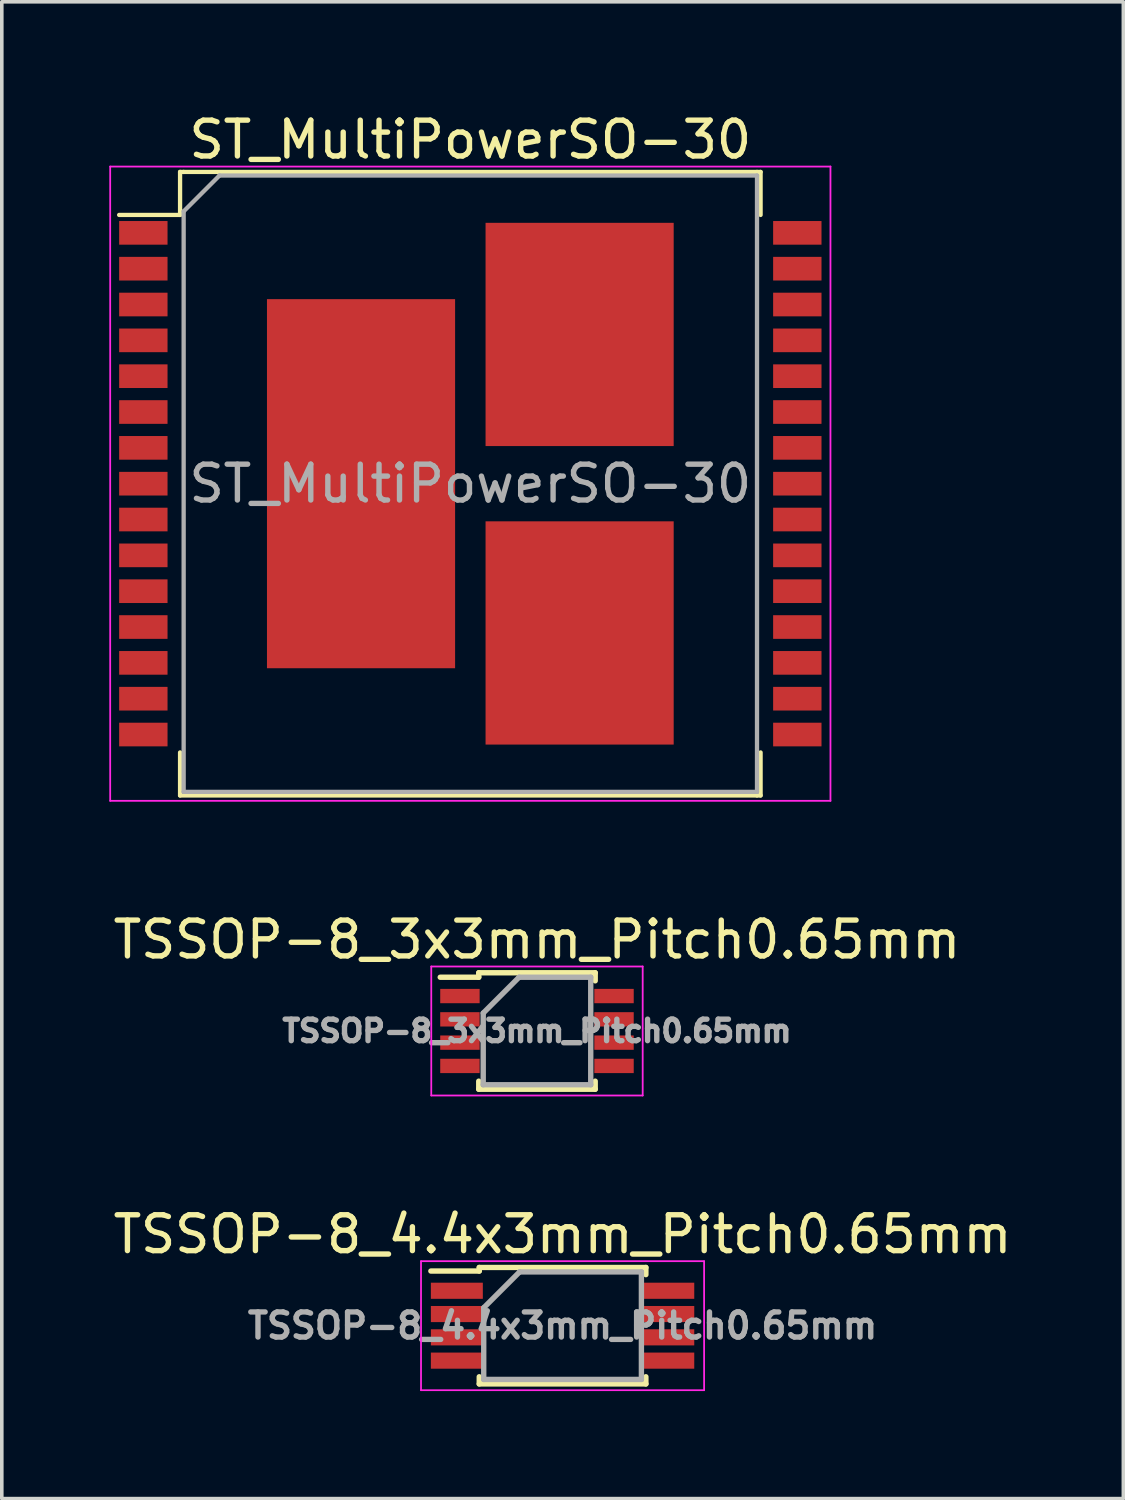
<source format=kicad_pcb>
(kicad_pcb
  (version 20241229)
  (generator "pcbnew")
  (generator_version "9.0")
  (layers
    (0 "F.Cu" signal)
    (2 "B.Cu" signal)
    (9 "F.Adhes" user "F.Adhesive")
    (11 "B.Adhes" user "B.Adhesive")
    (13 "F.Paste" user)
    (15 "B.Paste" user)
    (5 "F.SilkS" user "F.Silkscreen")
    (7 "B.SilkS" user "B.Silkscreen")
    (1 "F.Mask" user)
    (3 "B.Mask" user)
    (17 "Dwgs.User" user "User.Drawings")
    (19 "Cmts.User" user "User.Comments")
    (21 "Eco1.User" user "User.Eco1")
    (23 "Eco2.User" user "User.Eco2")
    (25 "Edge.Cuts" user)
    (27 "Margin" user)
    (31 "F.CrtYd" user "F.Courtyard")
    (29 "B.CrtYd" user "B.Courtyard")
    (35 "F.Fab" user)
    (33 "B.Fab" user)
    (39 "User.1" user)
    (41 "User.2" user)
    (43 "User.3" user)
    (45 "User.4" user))
  (footprint "ST_MultiPowerSO-30"
    (layer "F.Cu")
    (at 10.075 10.448)
    (property "Reference" "ST_MultiPowerSO-30" (at 0 -9.6 0) (layer "F.SilkS") (effects (font (size 1 1) (thickness 0.15))))
    (attr smd)
    (fp_line (start -8.1 -8.7) (end -8.1 -7.5) (stroke (width 0.12) (type solid)) (layer "F.SilkS"))
    (fp_line (start -8.1 -7.5) (end -9.8 -7.5) (stroke (width 0.12) (type solid)) (layer "F.SilkS"))
    (fp_line (start -8.1 8.7) (end -8.1 7.5) (stroke (width 0.12) (type solid)) (layer "F.SilkS"))
    (fp_line (start -8 -8.7) (end -8.1 -8.7) (stroke (width 0.12) (type solid)) (layer "F.SilkS"))
    (fp_line (start 8 -8.7) (end -8 -8.7) (stroke (width 0.12) (type solid)) (layer "F.SilkS"))
    (fp_line (start 8 -8.7) (end 8.1 -8.7) (stroke (width 0.12) (type solid)) (layer "F.SilkS"))
    (fp_line (start 8 8.7) (end -8.1 8.7) (stroke (width 0.12) (type solid)) (layer "F.SilkS"))
    (fp_line (start 8 8.7) (end 8.1 8.7) (stroke (width 0.12) (type solid)) (layer "F.SilkS"))
    (fp_line (start 8.1 -8.7) (end 8.1 -7.5) (stroke (width 0.12) (type solid)) (layer "F.SilkS"))
    (fp_line (start 8.1 8.7) (end 8.1 7.5) (stroke (width 0.12) (type solid)) (layer "F.SilkS"))
    (fp_line (start -10.05 -8.85) (end -10.05 8.85) (stroke (width 0.05) (type solid)) (layer "F.CrtYd"))
    (fp_line (start -10.05 -8.85) (end 10.05 -8.85) (stroke (width 0.05) (type solid)) (layer "F.CrtYd"))
    (fp_line (start 10.05 8.85) (end -10.05 8.85) (stroke (width 0.05) (type solid)) (layer "F.CrtYd"))
    (fp_line (start 10.05 8.85) (end 10.05 -8.85) (stroke (width 0.05) (type solid)) (layer "F.CrtYd"))
    (fp_line (start -8 -7.6) (end -8 8.6) (stroke (width 0.12) (type solid)) (layer "F.Fab"))
    (fp_line (start -8 8.6) (end 8 8.6) (stroke (width 0.12) (type solid)) (layer "F.Fab"))
    (fp_line (start -7 -8.6) (end -8 -7.6) (stroke (width 0.12) (type solid)) (layer "F.Fab"))
    (fp_line (start 8 -8.6) (end -7 -8.6) (stroke (width 0.12) (type solid)) (layer "F.Fab"))
    (fp_line (start 8 8.6) (end 8 -8.6) (stroke (width 0.12) (type solid)) (layer "F.Fab"))
    (fp_text user "${REFERENCE}" (at 0 0 0) (layer "F.Fab") (effects (font (size 1 1) (thickness 0.15))))
    (pad "1" smd rect (at -9.125 -7 270) (size 0.66 1.35) (layers "F.Cu" "F.Mask" "F.Paste"))
    (pad "2" smd rect (at -9.125 -6 270) (size 0.66 1.35) (layers "F.Cu" "F.Mask" "F.Paste"))
    (pad "3" smd rect (at -9.125 -5 270) (size 0.66 1.35) (layers "F.Cu" "F.Mask" "F.Paste"))
    (pad "4" smd rect (at -9.125 -4 270) (size 0.66 1.35) (layers "F.Cu" "F.Mask" "F.Paste"))
    (pad "5" smd rect (at -9.125 -3 270) (size 0.66 1.35) (layers "F.Cu" "F.Mask" "F.Paste"))
    (pad "6" smd rect (at -9.125 -2 270) (size 0.66 1.35) (layers "F.Cu" "F.Mask" "F.Paste"))
    (pad "7" smd rect (at -9.125 -1 270) (size 0.66 1.35) (layers "F.Cu" "F.Mask" "F.Paste"))
    (pad "8" smd rect (at -9.125 0 270) (size 0.66 1.35) (layers "F.Cu" "F.Mask" "F.Paste"))
    (pad "9" smd rect (at -9.125 1 270) (size 0.66 1.35) (layers "F.Cu" "F.Mask" "F.Paste"))
    (pad "10" smd rect (at -9.125 2 270) (size 0.66 1.35) (layers "F.Cu" "F.Mask" "F.Paste"))
    (pad "11" smd rect (at -9.125 3 270) (size 0.66 1.35) (layers "F.Cu" "F.Mask" "F.Paste"))
    (pad "12" smd rect (at -9.125 4 270) (size 0.66 1.35) (layers "F.Cu" "F.Mask" "F.Paste"))
    (pad "13" smd rect (at -9.125 5 270) (size 0.66 1.35) (layers "F.Cu" "F.Mask" "F.Paste"))
    (pad "14" smd rect (at -9.125 6 270) (size 0.66 1.35) (layers "F.Cu" "F.Mask" "F.Paste"))
    (pad "15" smd rect (at -9.125 7 270) (size 0.66 1.35) (layers "F.Cu" "F.Mask" "F.Paste"))
    (pad "16" smd rect (at 9.125 7 270) (size 0.66 1.35) (layers "F.Cu" "F.Mask" "F.Paste"))
    (pad "17" smd rect (at 9.125 6 270) (size 0.66 1.35) (layers "F.Cu" "F.Mask" "F.Paste"))
    (pad "18" smd rect (at 9.125 5 270) (size 0.66 1.35) (layers "F.Cu" "F.Mask" "F.Paste"))
    (pad "19" smd rect (at 9.125 4 270) (size 0.66 1.35) (layers "F.Cu" "F.Mask" "F.Paste"))
    (pad "20" smd rect (at 9.125 3 270) (size 0.66 1.35) (layers "F.Cu" "F.Mask" "F.Paste"))
    (pad "21" smd rect (at 9.125 2 270) (size 0.66 1.35) (layers "F.Cu" "F.Mask" "F.Paste"))
    (pad "22" smd rect (at 9.125 1 270) (size 0.66 1.35) (layers "F.Cu" "F.Mask" "F.Paste"))
    (pad "23" smd rect (at 9.125 0 270) (size 0.66 1.35) (layers "F.Cu" "F.Mask" "F.Paste"))
    (pad "24" smd rect (at 9.125 -1 270) (size 0.66 1.35) (layers "F.Cu" "F.Mask" "F.Paste"))
    (pad "25" smd rect (at 9.125 -2 270) (size 0.66 1.35) (layers "F.Cu" "F.Mask" "F.Paste"))
    (pad "26" smd rect (at 9.125 -3 270) (size 0.66 1.35) (layers "F.Cu" "F.Mask" "F.Paste"))
    (pad "27" smd rect (at 9.125 -4 270) (size 0.66 1.35) (layers "F.Cu" "F.Mask" "F.Paste"))
    (pad "28" smd rect (at 9.125 -5 270) (size 0.66 1.35) (layers "F.Cu" "F.Mask" "F.Paste"))
    (pad "29" smd rect (at 9.125 -6 270) (size 0.66 1.35) (layers "F.Cu" "F.Mask" "F.Paste"))
    (pad "30" smd rect (at 9.125 -7 270) (size 0.66 1.35) (layers "F.Cu" "F.Mask" "F.Paste"))
    (pad "31" smd rect (at -3.05 0) (size 5.25 10.3) (layers "F.Cu" "F.Mask" "F.Paste"))
    (pad "32" smd rect (at 3.05 4.165) (size 5.25 6.23) (layers "F.Cu" "F.Mask" "F.Paste"))
    (pad "33" smd rect (at 3.05 -4.165) (size 5.25 6.23) (layers "F.Cu" "F.Mask" "F.Paste")))
  (footprint "TSSOP-8_3x3mm_Pitch0.65mm"
    (layer "F.Cu")
    (at 11.935 25.721)
    (property "Reference" "TSSOP-8_3x3mm_Pitch0.65mm" (at 0 -2.55 0) (layer "F.SilkS") (effects (font (size 1 1) (thickness 0.15))))
    (attr smd)
    (fp_line (start -1.625 -1.625) (end -1.625 -1.5) (stroke (width 0.15) (type solid)) (layer "F.SilkS"))
    (fp_line (start -1.625 -1.625) (end 1.625 -1.625) (stroke (width 0.15) (type solid)) (layer "F.SilkS"))
    (fp_line (start -1.625 -1.5) (end -2.7 -1.5) (stroke (width 0.15) (type solid)) (layer "F.SilkS"))
    (fp_line (start -1.625 1.625) (end -1.625 1.4) (stroke (width 0.15) (type solid)) (layer "F.SilkS"))
    (fp_line (start -1.625 1.625) (end 1.625 1.625) (stroke (width 0.15) (type solid)) (layer "F.SilkS"))
    (fp_line (start 1.625 -1.625) (end 1.625 -1.4) (stroke (width 0.15) (type solid)) (layer "F.SilkS"))
    (fp_line (start 1.625 1.625) (end 1.625 1.4) (stroke (width 0.15) (type solid)) (layer "F.SilkS"))
    (fp_line (start -2.95 -1.8) (end -2.95 1.8) (stroke (width 0.05) (type solid)) (layer "F.CrtYd"))
    (fp_line (start -2.95 -1.8) (end 2.95 -1.8) (stroke (width 0.05) (type solid)) (layer "F.CrtYd"))
    (fp_line (start -2.95 1.8) (end 2.95 1.8) (stroke (width 0.05) (type solid)) (layer "F.CrtYd"))
    (fp_line (start 2.95 -1.8) (end 2.95 1.8) (stroke (width 0.05) (type solid)) (layer "F.CrtYd"))
    (fp_line (start -1.5 -0.5) (end -0.5 -1.5) (stroke (width 0.15) (type solid)) (layer "F.Fab"))
    (fp_line (start -1.5 1.5) (end -1.5 -0.5) (stroke (width 0.15) (type solid)) (layer "F.Fab"))
    (fp_line (start -0.5 -1.5) (end 1.5 -1.5) (stroke (width 0.15) (type solid)) (layer "F.Fab"))
    (fp_line (start 1.5 -1.5) (end 1.5 1.5) (stroke (width 0.15) (type solid)) (layer "F.Fab"))
    (fp_line (start 1.5 1.5) (end -1.5 1.5) (stroke (width 0.15) (type solid)) (layer "F.Fab"))
    (fp_text user "${REFERENCE}" (at 0 0 0) (layer "F.Fab") (effects (font (size 0.6 0.6) (thickness 0.15))))
    (pad "1" smd rect (at -2.15 -0.975) (size 1.1 0.4) (layers "F.Cu" "F.Mask" "F.Paste"))
    (pad "2" smd rect (at -2.15 -0.325) (size 1.1 0.4) (layers "F.Cu" "F.Mask" "F.Paste"))
    (pad "3" smd rect (at -2.15 0.325) (size 1.1 0.4) (layers "F.Cu" "F.Mask" "F.Paste"))
    (pad "4" smd rect (at -2.15 0.975) (size 1.1 0.4) (layers "F.Cu" "F.Mask" "F.Paste"))
    (pad "5" smd rect (at 2.15 0.975) (size 1.1 0.4) (layers "F.Cu" "F.Mask" "F.Paste"))
    (pad "6" smd rect (at 2.15 0.325) (size 1.1 0.4) (layers "F.Cu" "F.Mask" "F.Paste"))
    (pad "7" smd rect (at 2.15 -0.325) (size 1.1 0.4) (layers "F.Cu" "F.Mask" "F.Paste"))
    (pad "8" smd rect (at 2.15 -0.975) (size 1.1 0.4) (layers "F.Cu" "F.Mask" "F.Paste")))
  (footprint "TSSOP-8_4.4x3mm_Pitch0.65mm"
    (layer "F.Cu")
    (at 12.649 33.945)
    (property "Reference" "TSSOP-8_4.4x3mm_Pitch0.65mm" (at 0 -2.55 0) (layer "F.SilkS") (effects (font (size 1 1) (thickness 0.15))))
    (attr smd)
    (fp_line (start -2.325 -1.625) (end -2.325 -1.525) (stroke (width 0.15) (type solid)) (layer "F.SilkS"))
    (fp_line (start -2.325 -1.625) (end 2.325 -1.625) (stroke (width 0.15) (type solid)) (layer "F.SilkS"))
    (fp_line (start -2.325 -1.525) (end -3.675 -1.525) (stroke (width 0.15) (type solid)) (layer "F.SilkS"))
    (fp_line (start -2.325 1.625) (end -2.325 1.425) (stroke (width 0.15) (type solid)) (layer "F.SilkS"))
    (fp_line (start -2.325 1.625) (end 2.325 1.625) (stroke (width 0.15) (type solid)) (layer "F.SilkS"))
    (fp_line (start 2.325 -1.625) (end 2.325 -1.425) (stroke (width 0.15) (type solid)) (layer "F.SilkS"))
    (fp_line (start 2.325 1.625) (end 2.325 1.425) (stroke (width 0.15) (type solid)) (layer "F.SilkS"))
    (fp_line (start -3.95 -1.8) (end -3.95 1.8) (stroke (width 0.05) (type solid)) (layer "F.CrtYd"))
    (fp_line (start -3.95 -1.8) (end 3.95 -1.8) (stroke (width 0.05) (type solid)) (layer "F.CrtYd"))
    (fp_line (start -3.95 1.8) (end 3.95 1.8) (stroke (width 0.05) (type solid)) (layer "F.CrtYd"))
    (fp_line (start 3.95 -1.8) (end 3.95 1.8) (stroke (width 0.05) (type solid)) (layer "F.CrtYd"))
    (fp_line (start -2.2 -0.5) (end -1.2 -1.5) (stroke (width 0.15) (type solid)) (layer "F.Fab"))
    (fp_line (start -2.2 1.5) (end -2.2 -0.5) (stroke (width 0.15) (type solid)) (layer "F.Fab"))
    (fp_line (start -1.2 -1.5) (end 2.2 -1.5) (stroke (width 0.15) (type solid)) (layer "F.Fab"))
    (fp_line (start 2.2 -1.5) (end 2.2 1.5) (stroke (width 0.15) (type solid)) (layer "F.Fab"))
    (fp_line (start 2.2 1.5) (end -2.2 1.5) (stroke (width 0.15) (type solid)) (layer "F.Fab"))
    (fp_text user "${REFERENCE}" (at 0 0 0) (layer "F.Fab") (effects (font (size 0.7 0.7) (thickness 0.15))))
    (pad "1" smd rect (at -2.95 -0.975) (size 1.45 0.45) (layers "F.Cu" "F.Mask" "F.Paste"))
    (pad "2" smd rect (at -2.95 -0.325) (size 1.45 0.45) (layers "F.Cu" "F.Mask" "F.Paste"))
    (pad "3" smd rect (at -2.95 0.325) (size 1.45 0.45) (layers "F.Cu" "F.Mask" "F.Paste"))
    (pad "4" smd rect (at -2.95 0.975) (size 1.45 0.45) (layers "F.Cu" "F.Mask" "F.Paste"))
    (pad "5" smd rect (at 2.95 0.975) (size 1.45 0.45) (layers "F.Cu" "F.Mask" "F.Paste"))
    (pad "6" smd rect (at 2.95 0.325) (size 1.45 0.45) (layers "F.Cu" "F.Mask" "F.Paste"))
    (pad "7" smd rect (at 2.95 -0.325) (size 1.45 0.45) (layers "F.Cu" "F.Mask" "F.Paste"))
    (pad "8" smd rect (at 2.95 -0.975) (size 1.45 0.45) (layers "F.Cu" "F.Mask" "F.Paste")))
  (gr_rect
    (start -3 -3)
    (end 28.298 38.77)
    (stroke (width 0.1) (type default))
    (fill no)
    (layer "Edge.Cuts")))
</source>
